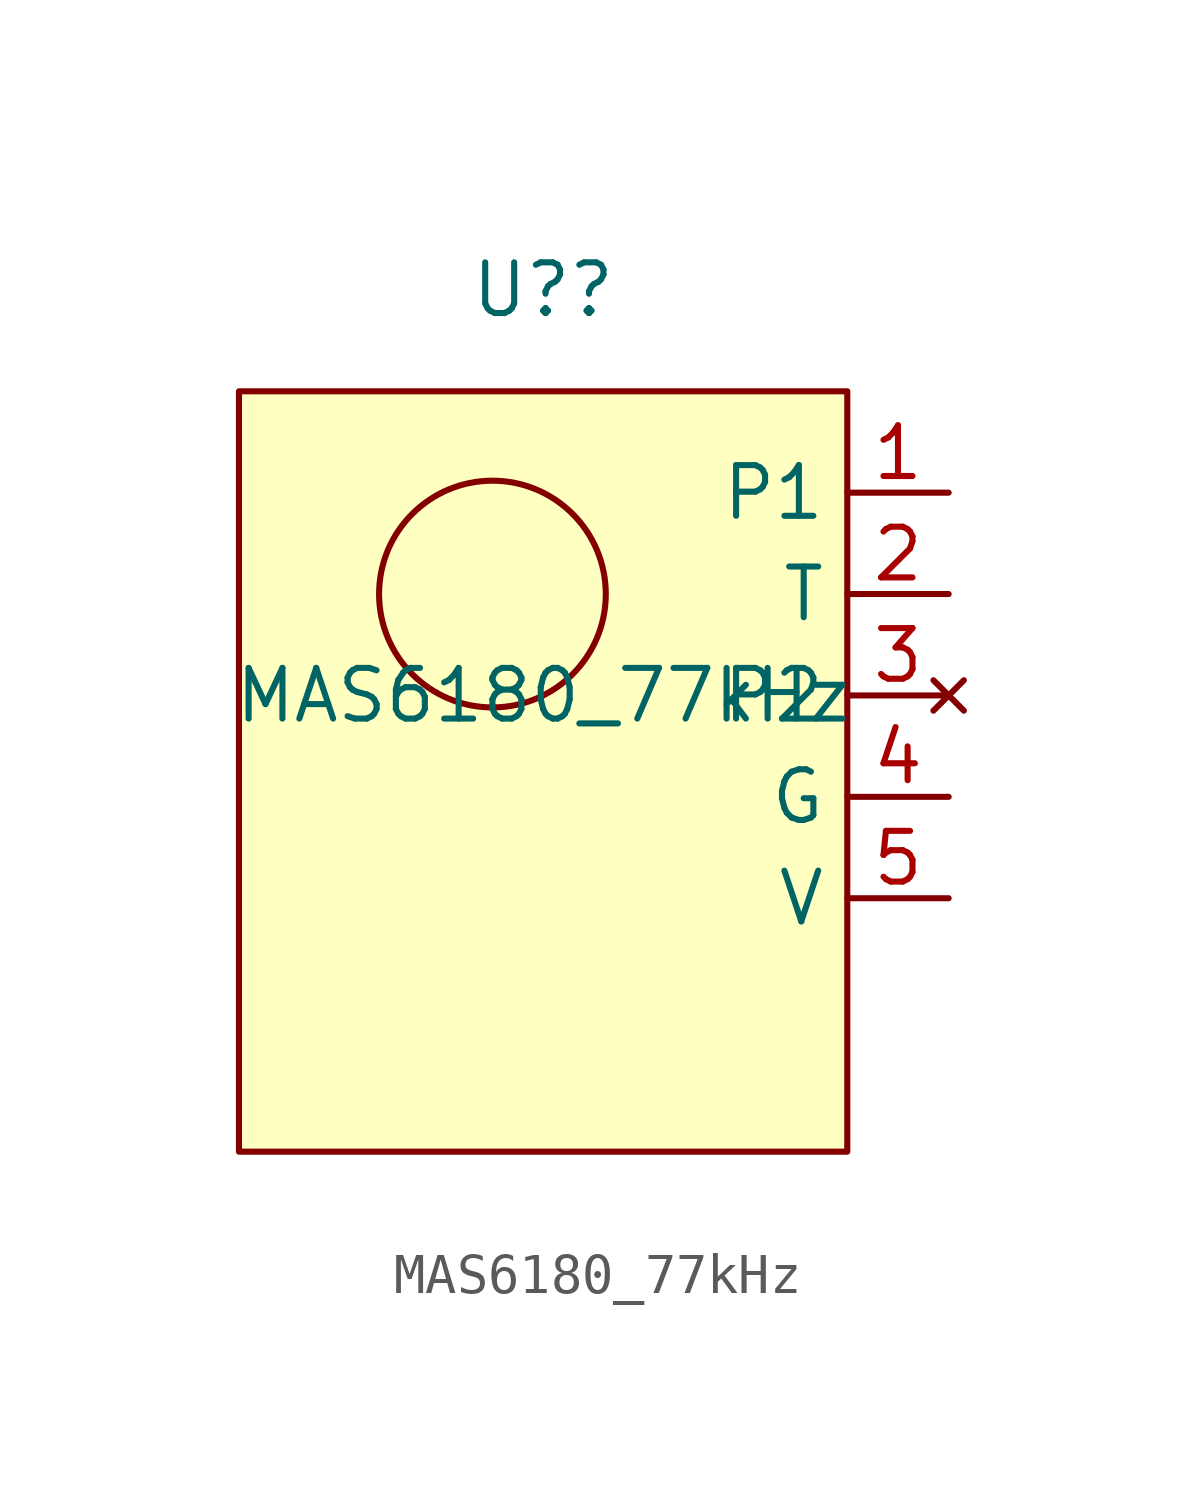
<source format=kicad_sym>
(kicad_symbol_lib
  (version 20220914)
  (generator kicad_symbol_editor)
  (symbol "MAS6180_77kHz"
    (property "Reference" "U?"
      (at 0 10.16 0)
      (effects (font (size 1.27 1.27))))
    (property "Value" "MAS6180_77kHz"
      (at 0 0 0)
      (effects (font (size 1.27 1.27))))
    (symbol "MAS6180_77kHz_0_1"
      (circle (center -1.27 2.54) (radius 2.84) (stroke (width 0) (type default)) (fill (type none))))
    (symbol "MAS6180_77kHz_1_1"
      (rectangle (start -7.62 7.62) (end 7.62 -11.43) (stroke (width 0) (type default)) (fill (type background)))
      (pin input line (at 10.16 5.08 180) (length 2.54) (name "P1" (effects (font (size 1.27 1.27)))) (number "1" (effects (font (size 1.27 1.27)))))
      (pin output line (at 10.16 2.54 180) (length 2.54) (name "T" (effects (font (size 1.27 1.27)))) (number "2" (effects (font (size 1.27 1.27)))))
      (pin no_connect line (at 10.16 0 180) (length 2.54) (name "P2" (effects (font (size 1.27 1.27)))) (number "3" (effects (font (size 1.27 1.27)))))
      (pin power_in line (at 10.16 -2.54 180) (length 2.54) (name "G" (effects (font (size 1.27 1.27)))) (number "4" (effects (font (size 1.27 1.27)))))
      (pin power_in line (at 10.16 -5.08 180) (length 2.54) (name "V" (effects (font (size 1.27 1.27)))) (number "5" (effects (font (size 1.27 1.27))))))))
</source>
